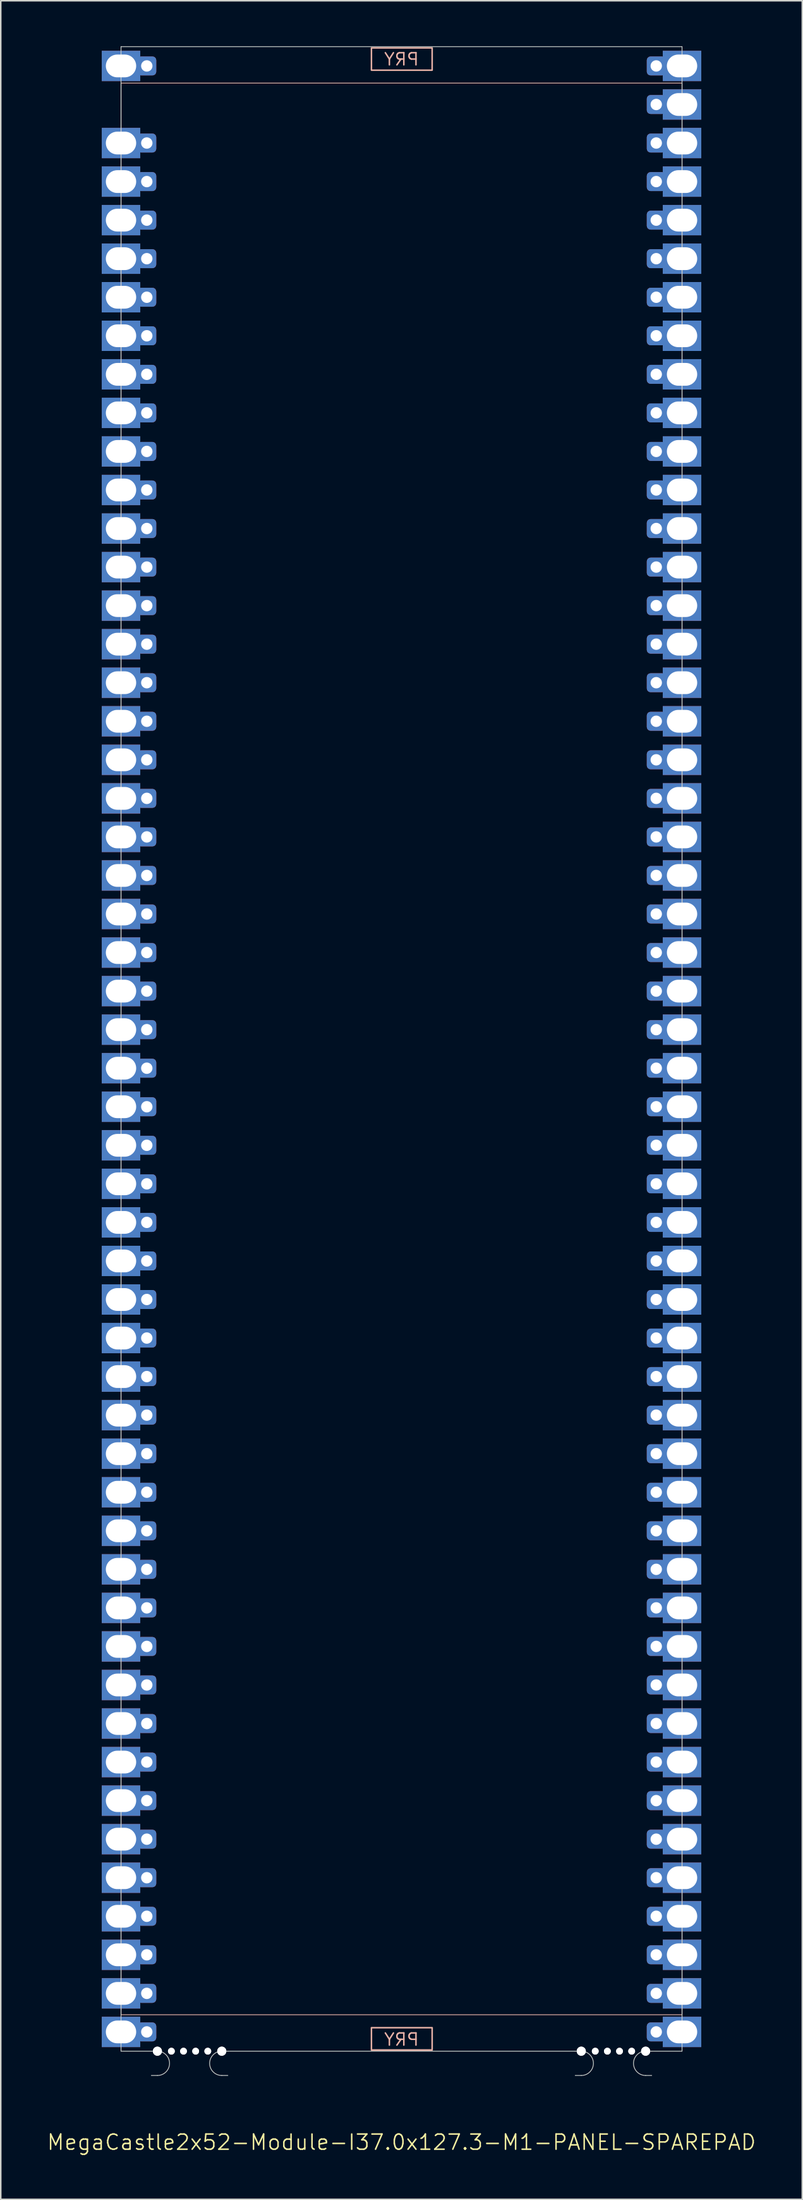
<source format=kicad_pcb>
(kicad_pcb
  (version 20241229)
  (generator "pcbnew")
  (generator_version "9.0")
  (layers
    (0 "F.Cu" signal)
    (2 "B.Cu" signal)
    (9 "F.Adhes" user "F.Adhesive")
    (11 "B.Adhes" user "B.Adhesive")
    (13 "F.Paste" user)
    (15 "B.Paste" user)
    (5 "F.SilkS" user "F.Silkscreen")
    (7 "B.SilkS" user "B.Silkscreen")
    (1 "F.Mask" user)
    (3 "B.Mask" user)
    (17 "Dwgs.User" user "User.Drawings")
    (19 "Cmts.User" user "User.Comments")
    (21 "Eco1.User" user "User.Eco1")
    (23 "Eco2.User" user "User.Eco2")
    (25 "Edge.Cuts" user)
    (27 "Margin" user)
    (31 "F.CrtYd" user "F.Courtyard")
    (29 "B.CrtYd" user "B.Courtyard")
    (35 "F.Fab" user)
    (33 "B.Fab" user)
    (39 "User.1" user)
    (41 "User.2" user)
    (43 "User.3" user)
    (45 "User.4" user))
  (footprint "MegaCastle2x52-Module-I37.0x127.3-M1-PANEL-SPAREPAD"
    (layer "F.Cu")
    (at 23.431 66.065)
    (property "Reference" "MegaCastle2x52-Module-I37.0x127.3-M1-PANEL-SPAREPAD" (at 0 72.04 0) (unlocked yes) (layer "F.SilkS") (effects (font (size 1 1) (thickness 0.1))))
    (attr smd)
    (fp_rect (start -18.5 63.64) (end 18.5 -63.64) (stroke (width 0.05) (type default)) (fill no) (layer "B.SilkS"))
    (fp_rect (start -1.984 -64.491) (end 2.02 -65.96) (stroke (width 0.1) (type default)) (fill no) (layer "B.SilkS"))
    (fp_rect (start -1.984 64.491) (end 2.02 65.96) (stroke (width 0.1) (type default)) (fill no) (layer "B.SilkS"))
    (fp_line (start -18.5 -66.04) (end -18.5 66.04) (stroke (width 0.05) (type default)) (layer "Edge.Cuts"))
    (fp_line (start -18.5 -66.04) (end 18.5 -66.04) (stroke (width 0.05) (type default)) (layer "Edge.Cuts"))
    (fp_line (start -18.5 66.04) (end -16.5 66.04) (stroke (width 0.05) (type default)) (layer "Edge.Cuts"))
    (fp_line (start -16.5 66.04) (end -16.1 66.04) (stroke (width 0.05) (type default)) (layer "Edge.Cuts"))
    (fp_line (start -16.5 67.64) (end -16.1 67.64) (stroke (width 0.05) (type default)) (layer "Edge.Cuts"))
    (fp_line (start -11.455 66.04) (end -11.855 66.04) (stroke (width 0.05) (type default)) (layer "Edge.Cuts"))
    (fp_line (start -11.455 66.04) (end 11.455 66.04) (stroke (width 0.05) (type default)) (layer "Edge.Cuts"))
    (fp_line (start -11.455 67.64) (end -11.855 67.64) (stroke (width 0.05) (type default)) (layer "Edge.Cuts"))
    (fp_line (start 11.455 66.04) (end 11.855 66.04) (stroke (width 0.05) (type default)) (layer "Edge.Cuts"))
    (fp_line (start 11.455 67.64) (end 11.855 67.64) (stroke (width 0.05) (type default)) (layer "Edge.Cuts"))
    (fp_line (start 16.5 66.04) (end 16.1 66.04) (stroke (width 0.05) (type default)) (layer "Edge.Cuts"))
    (fp_line (start 16.5 66.04) (end 18.5 66.04) (stroke (width 0.05) (type default)) (layer "Edge.Cuts"))
    (fp_line (start 16.5 67.64) (end 16.1 67.64) (stroke (width 0.05) (type default)) (layer "Edge.Cuts"))
    (fp_line (start 18.5 -66.04) (end 18.5 66.04) (stroke (width 0.05) (type default)) (layer "Edge.Cuts"))
    (fp_arc (start -16.1 66.040001) (mid -15.3 66.839996) (end -16.1 67.639999) (stroke (width 0.05) (type default)) (layer "Edge.Cuts"))
    (fp_arc (start -11.855 67.639999) (mid -12.655 66.84) (end -11.855 66.040001) (stroke (width 0.05) (type default)) (layer "Edge.Cuts"))
    (fp_arc (start 11.855 66.040001) (mid 12.655 66.839996) (end 11.855 67.639999) (stroke (width 0.05) (type default)) (layer "Edge.Cuts"))
    (fp_arc (start 16.1 67.639999) (mid 15.300001 66.84) (end 16.1 66.040001) (stroke (width 0.05) (type default)) (layer "Edge.Cuts"))
    (fp_text user "PRY" (at 0 65.74 0) (unlocked yes) (layer "B.SilkS") (effects (font (size 0.8 0.8) (thickness 0.1)) (justify bottom mirror)))
    (fp_text user "PRY" (at 0 -64.74 0) (unlocked yes) (layer "B.SilkS") (effects (font (size 0.8 0.8) (thickness 0.1)) (justify bottom mirror)))
    (pad "" np_thru_hole circle (at -16.1 66.04) (size 0.6 0.6) (drill 0.6) (layers "*.Cu" "Edge.Cuts"))
    (pad "" np_thru_hole circle (at -15.178 66.04) (size 0.45 0.45) (drill 0.45) (layers "*.Cu" "Edge.Cuts"))
    (pad "" np_thru_hole circle (at -14.378 66.04) (size 0.45 0.45) (drill 0.45) (layers "*.Cu" "Edge.Cuts"))
    (pad "" np_thru_hole circle (at -13.578 66.04) (size 0.45 0.45) (drill 0.45) (layers "*.Cu" "Edge.Cuts"))
    (pad "" np_thru_hole circle (at -12.777 66.04) (size 0.45 0.45) (drill 0.45) (layers "*.Cu" "Edge.Cuts"))
    (pad "" np_thru_hole circle (at -11.855 66.04) (size 0.6 0.6) (drill 0.6) (layers "*.Cu" "Edge.Cuts"))
    (pad "" np_thru_hole circle (at 11.855 66.04) (size 0.6 0.6) (drill 0.6) (layers "*.Cu" "Edge.Cuts"))
    (pad "" np_thru_hole circle (at 12.777 66.04) (size 0.45 0.45) (drill 0.45) (layers "*.Cu" "Edge.Cuts"))
    (pad "" np_thru_hole circle (at 13.577 66.04) (size 0.45 0.45) (drill 0.45) (layers "*.Cu" "Edge.Cuts"))
    (pad "" np_thru_hole circle (at 14.377 66.04) (size 0.45 0.45) (drill 0.45) (layers "*.Cu" "Edge.Cuts"))
    (pad "" np_thru_hole circle (at 15.178 66.04) (size 0.45 0.45) (drill 0.45) (layers "*.Cu" "Edge.Cuts"))
    (pad "" np_thru_hole circle (at 16.1 66.04) (size 0.6 0.6) (drill 0.6) (layers "*.Cu" "Edge.Cuts"))
    (pad "1" thru_hole rect (at -18.5 -64.77) (size 2.54 2) (drill oval 2 1.5) (property pad_prop_castellated) (layers "*.Cu" "*.Mask"))
    (pad "1" thru_hole roundrect (at -16.8 -64.77 180) (size 1.25 1.25) (drill 0.75) (layers "*.Cu" "*.Mask") (roundrect_rratio 0.2))
    (pad "3" thru_hole rect (at -18.5 -59.69) (size 2.54 2) (drill oval 2 1.5) (property pad_prop_castellated) (layers "*.Cu" "*.Mask"))
    (pad "3" thru_hole roundrect (at -16.8 -59.69 180) (size 1.25 1.25) (drill 0.75) (layers "*.Cu" "*.Mask") (roundrect_rratio 0.2))
    (pad "4" thru_hole rect (at -18.5 -57.15) (size 2.54 2) (drill oval 2 1.5) (property pad_prop_castellated) (layers "*.Cu" "*.Mask"))
    (pad "4" thru_hole roundrect (at -16.8 -57.15 180) (size 1.25 1.25) (drill 0.75) (layers "*.Cu" "*.Mask") (roundrect_rratio 0.2))
    (pad "5" thru_hole rect (at -18.5 -54.61) (size 2.54 2) (drill oval 2 1.5) (property pad_prop_castellated) (layers "*.Cu" "*.Mask"))
    (pad "5" thru_hole roundrect (at -16.8 -54.61 180) (size 1.25 1.25) (drill 0.75) (layers "*.Cu" "*.Mask") (roundrect_rratio 0.2))
    (pad "6" thru_hole rect (at -18.5 -52.07) (size 2.54 2) (drill oval 2 1.5) (property pad_prop_castellated) (layers "*.Cu" "*.Mask"))
    (pad "6" thru_hole roundrect (at -16.8 -52.07 180) (size 1.25 1.25) (drill 0.75) (layers "*.Cu" "*.Mask") (roundrect_rratio 0.2))
    (pad "7" thru_hole rect (at -18.5 -49.53) (size 2.54 2) (drill oval 2 1.5) (property pad_prop_castellated) (layers "*.Cu" "*.Mask"))
    (pad "7" thru_hole roundrect (at -16.8 -49.53 180) (size 1.25 1.25) (drill 0.75) (layers "*.Cu" "*.Mask") (roundrect_rratio 0.2))
    (pad "8" thru_hole rect (at -18.5 -46.99) (size 2.54 2) (drill oval 2 1.5) (property pad_prop_castellated) (layers "*.Cu" "*.Mask"))
    (pad "8" thru_hole roundrect (at -16.8 -46.99 180) (size 1.25 1.25) (drill 0.75) (layers "*.Cu" "*.Mask") (roundrect_rratio 0.2))
    (pad "9" thru_hole rect (at -18.5 -44.45) (size 2.54 2) (drill oval 2 1.5) (property pad_prop_castellated) (layers "*.Cu" "*.Mask"))
    (pad "9" thru_hole roundrect (at -16.8 -44.45 180) (size 1.25 1.25) (drill 0.75) (layers "*.Cu" "*.Mask") (roundrect_rratio 0.2))
    (pad "10" thru_hole rect (at -18.5 -41.91) (size 2.54 2) (drill oval 2 1.5) (property pad_prop_castellated) (layers "*.Cu" "*.Mask"))
    (pad "10" thru_hole roundrect (at -16.8 -41.91 180) (size 1.25 1.25) (drill 0.75) (layers "*.Cu" "*.Mask") (roundrect_rratio 0.2))
    (pad "11" thru_hole rect (at -18.5 -39.37) (size 2.54 2) (drill oval 2 1.5) (property pad_prop_castellated) (layers "*.Cu" "*.Mask"))
    (pad "11" thru_hole roundrect (at -16.8 -39.37 180) (size 1.25 1.25) (drill 0.75) (layers "*.Cu" "*.Mask") (roundrect_rratio 0.2))
    (pad "12" thru_hole rect (at -18.5 -36.83) (size 2.54 2) (drill oval 2 1.5) (property pad_prop_castellated) (layers "*.Cu" "*.Mask"))
    (pad "12" thru_hole roundrect (at -16.8 -36.83 180) (size 1.25 1.25) (drill 0.75) (layers "*.Cu" "*.Mask") (roundrect_rratio 0.2))
    (pad "13" thru_hole rect (at -18.5 -34.29) (size 2.54 2) (drill oval 2 1.5) (property pad_prop_castellated) (layers "*.Cu" "*.Mask"))
    (pad "13" thru_hole roundrect (at -16.8 -34.29 180) (size 1.25 1.25) (drill 0.75) (layers "*.Cu" "*.Mask") (roundrect_rratio 0.2))
    (pad "14" thru_hole rect (at -18.5 -31.75) (size 2.54 2) (drill oval 2 1.5) (property pad_prop_castellated) (layers "*.Cu" "*.Mask"))
    (pad "14" thru_hole roundrect (at -16.8 -31.75 180) (size 1.25 1.25) (drill 0.75) (layers "*.Cu" "*.Mask") (roundrect_rratio 0.2))
    (pad "15" thru_hole rect (at -18.5 -29.21) (size 2.54 2) (drill oval 2 1.5) (property pad_prop_castellated) (layers "*.Cu" "*.Mask"))
    (pad "15" thru_hole roundrect (at -16.8 -29.21 180) (size 1.25 1.25) (drill 0.75) (layers "*.Cu" "*.Mask") (roundrect_rratio 0.2))
    (pad "16" thru_hole rect (at -18.5 -26.67) (size 2.54 2) (drill oval 2 1.5) (property pad_prop_castellated) (layers "*.Cu" "*.Mask"))
    (pad "16" thru_hole roundrect (at -16.8 -26.67 180) (size 1.25 1.25) (drill 0.75) (layers "*.Cu" "*.Mask") (roundrect_rratio 0.2))
    (pad "17" thru_hole rect (at -18.5 -24.13) (size 2.54 2) (drill oval 2 1.5) (property pad_prop_castellated) (layers "*.Cu" "*.Mask"))
    (pad "17" thru_hole roundrect (at -16.8 -24.13 180) (size 1.25 1.25) (drill 0.75) (layers "*.Cu" "*.Mask") (roundrect_rratio 0.2))
    (pad "18" thru_hole rect (at -18.5 -21.59) (size 2.54 2) (drill oval 2 1.5) (property pad_prop_castellated) (layers "*.Cu" "*.Mask"))
    (pad "18" thru_hole roundrect (at -16.8 -21.59 180) (size 1.25 1.25) (drill 0.75) (layers "*.Cu" "*.Mask") (roundrect_rratio 0.2))
    (pad "19" thru_hole rect (at -18.5 -19.05) (size 2.54 2) (drill oval 2 1.5) (property pad_prop_castellated) (layers "*.Cu" "*.Mask"))
    (pad "19" thru_hole roundrect (at -16.8 -19.05 180) (size 1.25 1.25) (drill 0.75) (layers "*.Cu" "*.Mask") (roundrect_rratio 0.2))
    (pad "20" thru_hole rect (at -18.5 -16.51) (size 2.54 2) (drill oval 2 1.5) (property pad_prop_castellated) (layers "*.Cu" "*.Mask"))
    (pad "20" thru_hole roundrect (at -16.8 -16.51 180) (size 1.25 1.25) (drill 0.75) (layers "*.Cu" "*.Mask") (roundrect_rratio 0.2))
    (pad "21" thru_hole rect (at -18.5 -13.97) (size 2.54 2) (drill oval 2 1.5) (property pad_prop_castellated) (layers "*.Cu" "*.Mask"))
    (pad "21" thru_hole roundrect (at -16.8 -13.97 180) (size 1.25 1.25) (drill 0.75) (layers "*.Cu" "*.Mask") (roundrect_rratio 0.2))
    (pad "22" thru_hole rect (at -18.5 -11.43) (size 2.54 2) (drill oval 2 1.5) (property pad_prop_castellated) (layers "*.Cu" "*.Mask"))
    (pad "22" thru_hole roundrect (at -16.8 -11.43 180) (size 1.25 1.25) (drill 0.75) (layers "*.Cu" "*.Mask") (roundrect_rratio 0.2))
    (pad "23" thru_hole rect (at -18.5 -8.89) (size 2.54 2) (drill oval 2 1.5) (property pad_prop_castellated) (layers "*.Cu" "*.Mask"))
    (pad "23" thru_hole roundrect (at -16.8 -8.89 180) (size 1.25 1.25) (drill 0.75) (layers "*.Cu" "*.Mask") (roundrect_rratio 0.2))
    (pad "24" thru_hole rect (at -18.5 -6.35) (size 2.54 2) (drill oval 2 1.5) (property pad_prop_castellated) (layers "*.Cu" "*.Mask"))
    (pad "24" thru_hole roundrect (at -16.8 -6.35 180) (size 1.25 1.25) (drill 0.75) (layers "*.Cu" "*.Mask") (roundrect_rratio 0.2))
    (pad "25" thru_hole rect (at -18.5 -3.81) (size 2.54 2) (drill oval 2 1.5) (property pad_prop_castellated) (layers "*.Cu" "*.Mask"))
    (pad "25" thru_hole roundrect (at -16.8 -3.81 180) (size 1.25 1.25) (drill 0.75) (layers "*.Cu" "*.Mask") (roundrect_rratio 0.2))
    (pad "26" thru_hole rect (at -18.5 -1.27) (size 2.54 2) (drill oval 2 1.5) (property pad_prop_castellated) (layers "*.Cu" "*.Mask"))
    (pad "26" thru_hole roundrect (at -16.8 -1.27 180) (size 1.25 1.25) (drill 0.75) (layers "*.Cu" "*.Mask") (roundrect_rratio 0.2))
    (pad "27" thru_hole rect (at -18.5 1.27) (size 2.54 2) (drill oval 2 1.5) (property pad_prop_castellated) (layers "*.Cu" "*.Mask"))
    (pad "27" thru_hole roundrect (at -16.8 1.27 180) (size 1.25 1.25) (drill 0.75) (layers "*.Cu" "*.Mask") (roundrect_rratio 0.2))
    (pad "28" thru_hole rect (at -18.5 3.81) (size 2.54 2) (drill oval 2 1.5) (property pad_prop_castellated) (layers "*.Cu" "*.Mask"))
    (pad "28" thru_hole roundrect (at -16.8 3.81 180) (size 1.25 1.25) (drill 0.75) (layers "*.Cu" "*.Mask") (roundrect_rratio 0.2))
    (pad "29" thru_hole rect (at -18.5 6.35) (size 2.54 2) (drill oval 2 1.5) (property pad_prop_castellated) (layers "*.Cu" "*.Mask"))
    (pad "29" thru_hole roundrect (at -16.8 6.35 180) (size 1.25 1.25) (drill 0.75) (layers "*.Cu" "*.Mask") (roundrect_rratio 0.2))
    (pad "30" thru_hole rect (at -18.5 8.89) (size 2.54 2) (drill oval 2 1.5) (property pad_prop_castellated) (layers "*.Cu" "*.Mask"))
    (pad "30" thru_hole roundrect (at -16.8 8.89 180) (size 1.25 1.25) (drill 0.75) (layers "*.Cu" "*.Mask") (roundrect_rratio 0.2))
    (pad "31" thru_hole rect (at -18.5 11.43) (size 2.54 2) (drill oval 2 1.5) (property pad_prop_castellated) (layers "*.Cu" "*.Mask"))
    (pad "31" thru_hole roundrect (at -16.8 11.43 180) (size 1.25 1.25) (drill 0.75) (layers "*.Cu" "*.Mask") (roundrect_rratio 0.2))
    (pad "32" thru_hole rect (at -18.5 13.97) (size 2.54 2) (drill oval 2 1.5) (property pad_prop_castellated) (layers "*.Cu" "*.Mask"))
    (pad "32" thru_hole roundrect (at -16.8 13.97 180) (size 1.25 1.25) (drill 0.75) (layers "*.Cu" "*.Mask") (roundrect_rratio 0.2))
    (pad "33" thru_hole rect (at -18.5 16.51) (size 2.54 2) (drill oval 2 1.5) (property pad_prop_castellated) (layers "*.Cu" "*.Mask"))
    (pad "33" thru_hole roundrect (at -16.8 16.51 180) (size 1.25 1.25) (drill 0.75) (layers "*.Cu" "*.Mask") (roundrect_rratio 0.2))
    (pad "34" thru_hole rect (at -18.5 19.05) (size 2.54 2) (drill oval 2 1.5) (property pad_prop_castellated) (layers "*.Cu" "*.Mask"))
    (pad "34" thru_hole roundrect (at -16.8 19.05 180) (size 1.25 1.25) (drill 0.75) (layers "*.Cu" "*.Mask") (roundrect_rratio 0.2))
    (pad "35" thru_hole rect (at -18.5 21.59) (size 2.54 2) (drill oval 2 1.5) (property pad_prop_castellated) (layers "*.Cu" "*.Mask"))
    (pad "35" thru_hole roundrect (at -16.8 21.59 180) (size 1.25 1.25) (drill 0.75) (layers "*.Cu" "*.Mask") (roundrect_rratio 0.2))
    (pad "36" thru_hole rect (at -18.5 24.13) (size 2.54 2) (drill oval 2 1.5) (property pad_prop_castellated) (layers "*.Cu" "*.Mask"))
    (pad "36" thru_hole roundrect (at -16.8 24.13 180) (size 1.25 1.25) (drill 0.75) (layers "*.Cu" "*.Mask") (roundrect_rratio 0.2))
    (pad "37" thru_hole rect (at -18.5 26.67) (size 2.54 2) (drill oval 2 1.5) (property pad_prop_castellated) (layers "*.Cu" "*.Mask"))
    (pad "37" thru_hole roundrect (at -16.8 26.67 180) (size 1.25 1.25) (drill 0.75) (layers "*.Cu" "*.Mask") (roundrect_rratio 0.2))
    (pad "38" thru_hole rect (at -18.5 29.21) (size 2.54 2) (drill oval 2 1.5) (property pad_prop_castellated) (layers "*.Cu" "*.Mask"))
    (pad "38" thru_hole roundrect (at -16.8 29.21 180) (size 1.25 1.25) (drill 0.75) (layers "*.Cu" "*.Mask") (roundrect_rratio 0.2))
    (pad "39" thru_hole rect (at -18.5 31.75) (size 2.54 2) (drill oval 2 1.5) (property pad_prop_castellated) (layers "*.Cu" "*.Mask"))
    (pad "39" thru_hole roundrect (at -16.8 31.75 180) (size 1.25 1.25) (drill 0.75) (layers "*.Cu" "*.Mask") (roundrect_rratio 0.2))
    (pad "40" thru_hole rect (at -18.5 34.29) (size 2.54 2) (drill oval 2 1.5) (property pad_prop_castellated) (layers "*.Cu" "*.Mask"))
    (pad "40" thru_hole roundrect (at -16.8 34.29 180) (size 1.25 1.25) (drill 0.75) (layers "*.Cu" "*.Mask") (roundrect_rratio 0.2))
    (pad "41" thru_hole rect (at -18.5 36.83) (size 2.54 2) (drill oval 2 1.5) (property pad_prop_castellated) (layers "*.Cu" "*.Mask"))
    (pad "41" thru_hole roundrect (at -16.8 36.83 180) (size 1.25 1.25) (drill 0.75) (layers "*.Cu" "*.Mask") (roundrect_rratio 0.2))
    (pad "42" thru_hole rect (at -18.5 39.37) (size 2.54 2) (drill oval 2 1.5) (property pad_prop_castellated) (layers "*.Cu" "*.Mask"))
    (pad "42" thru_hole roundrect (at -16.8 39.37 180) (size 1.25 1.25) (drill 0.75) (layers "*.Cu" "*.Mask") (roundrect_rratio 0.2))
    (pad "43" thru_hole rect (at -18.5 41.91) (size 2.54 2) (drill oval 2 1.5) (property pad_prop_castellated) (layers "*.Cu" "*.Mask"))
    (pad "43" thru_hole roundrect (at -16.8 41.91 180) (size 1.25 1.25) (drill 0.75) (layers "*.Cu" "*.Mask") (roundrect_rratio 0.2))
    (pad "44" thru_hole rect (at -18.5 44.45) (size 2.54 2) (drill oval 2 1.5) (property pad_prop_castellated) (layers "*.Cu" "*.Mask"))
    (pad "44" thru_hole roundrect (at -16.8 44.45 180) (size 1.25 1.25) (drill 0.75) (layers "*.Cu" "*.Mask") (roundrect_rratio 0.2))
    (pad "45" thru_hole rect (at -18.5 46.99) (size 2.54 2) (drill oval 2 1.5) (property pad_prop_castellated) (layers "*.Cu" "*.Mask"))
    (pad "45" thru_hole roundrect (at -16.8 46.99 180) (size 1.25 1.25) (drill 0.75) (layers "*.Cu" "*.Mask") (roundrect_rratio 0.2))
    (pad "46" thru_hole rect (at -18.5 49.53) (size 2.54 2) (drill oval 2 1.5) (property pad_prop_castellated) (layers "*.Cu" "*.Mask"))
    (pad "46" thru_hole roundrect (at -16.8 49.53 180) (size 1.25 1.25) (drill 0.75) (layers "*.Cu" "*.Mask") (roundrect_rratio 0.2))
    (pad "47" thru_hole rect (at -18.5 52.07) (size 2.54 2) (drill oval 2 1.5) (property pad_prop_castellated) (layers "*.Cu" "*.Mask"))
    (pad "47" thru_hole roundrect (at -16.8 52.07 180) (size 1.25 1.25) (drill 0.75) (layers "*.Cu" "*.Mask") (roundrect_rratio 0.2))
    (pad "48" thru_hole rect (at -18.5 54.61) (size 2.54 2) (drill oval 2 1.5) (property pad_prop_castellated) (layers "*.Cu" "*.Mask"))
    (pad "48" thru_hole roundrect (at -16.8 54.61 180) (size 1.25 1.25) (drill 0.75) (layers "*.Cu" "*.Mask") (roundrect_rratio 0.2))
    (pad "49" thru_hole rect (at -18.5 57.15) (size 2.54 2) (drill oval 2 1.5) (property pad_prop_castellated) (layers "*.Cu" "*.Mask"))
    (pad "49" thru_hole roundrect (at -16.8 57.15 180) (size 1.25 1.25) (drill 0.75) (layers "*.Cu" "*.Mask") (roundrect_rratio 0.2))
    (pad "50" thru_hole rect (at -18.5 59.69) (size 2.54 2) (drill oval 2 1.5) (property pad_prop_castellated) (layers "*.Cu" "*.Mask"))
    (pad "50" thru_hole roundrect (at -16.8 59.69 180) (size 1.25 1.25) (drill 0.75) (layers "*.Cu" "*.Mask") (roundrect_rratio 0.2))
    (pad "51" thru_hole rect (at -18.5 62.23) (size 2.54 2) (drill oval 2 1.5) (property pad_prop_castellated) (layers "*.Cu" "*.Mask"))
    (pad "51" thru_hole roundrect (at -16.8 62.23 180) (size 1.25 1.25) (drill 0.75) (layers "*.Cu" "*.Mask") (roundrect_rratio 0.2))
    (pad "52" thru_hole rect (at -18.5 64.77) (size 2.54 2) (drill oval 2 1.5) (property pad_prop_castellated) (layers "*.Cu" "*.Mask"))
    (pad "52" thru_hole roundrect (at -16.8 64.77 180) (size 1.25 1.25) (drill 0.75) (layers "*.Cu" "*.Mask") (roundrect_rratio 0.2))
    (pad "53" thru_hole roundrect (at 16.8 -64.77 180) (size 1.25 1.25) (drill 0.75) (layers "*.Cu" "*.Mask") (roundrect_rratio 0.2))
    (pad "53" thru_hole rect (at 18.5 -64.77) (size 2.54 2) (drill oval 2 1.5) (property pad_prop_castellated) (layers "*.Cu" "*.Mask"))
    (pad "54" thru_hole roundrect (at 16.8 -62.23 180) (size 1.25 1.25) (drill 0.75) (layers "*.Cu" "*.Mask") (roundrect_rratio 0.2))
    (pad "54" thru_hole rect (at 18.5 -62.23) (size 2.54 2) (drill oval 2 1.5) (property pad_prop_castellated) (layers "*.Cu" "*.Mask"))
    (pad "55" thru_hole roundrect (at 16.8 -59.69 180) (size 1.25 1.25) (drill 0.75) (layers "*.Cu" "*.Mask") (roundrect_rratio 0.2))
    (pad "55" thru_hole rect (at 18.5 -59.69) (size 2.54 2) (drill oval 2 1.5) (property pad_prop_castellated) (layers "*.Cu" "*.Mask"))
    (pad "56" thru_hole roundrect (at 16.8 -57.15 180) (size 1.25 1.25) (drill 0.75) (layers "*.Cu" "*.Mask") (roundrect_rratio 0.2))
    (pad "56" thru_hole rect (at 18.5 -57.15) (size 2.54 2) (drill oval 2 1.5) (property pad_prop_castellated) (layers "*.Cu" "*.Mask"))
    (pad "57" thru_hole roundrect (at 16.8 -54.61 180) (size 1.25 1.25) (drill 0.75) (layers "*.Cu" "*.Mask") (roundrect_rratio 0.2))
    (pad "57" thru_hole rect (at 18.5 -54.61) (size 2.54 2) (drill oval 2 1.5) (property pad_prop_castellated) (layers "*.Cu" "*.Mask"))
    (pad "58" thru_hole roundrect (at 16.8 -52.07 180) (size 1.25 1.25) (drill 0.75) (layers "*.Cu" "*.Mask") (roundrect_rratio 0.2))
    (pad "58" thru_hole rect (at 18.5 -52.07) (size 2.54 2) (drill oval 2 1.5) (property pad_prop_castellated) (layers "*.Cu" "*.Mask"))
    (pad "59" thru_hole roundrect (at 16.8 -49.53 180) (size 1.25 1.25) (drill 0.75) (layers "*.Cu" "*.Mask") (roundrect_rratio 0.2))
    (pad "59" thru_hole rect (at 18.5 -49.53) (size 2.54 2) (drill oval 2 1.5) (property pad_prop_castellated) (layers "*.Cu" "*.Mask"))
    (pad "60" thru_hole roundrect (at 16.8 -46.99 180) (size 1.25 1.25) (drill 0.75) (layers "*.Cu" "*.Mask") (roundrect_rratio 0.2))
    (pad "60" thru_hole rect (at 18.5 -46.99) (size 2.54 2) (drill oval 2 1.5) (property pad_prop_castellated) (layers "*.Cu" "*.Mask"))
    (pad "61" thru_hole roundrect (at 16.8 -44.45 180) (size 1.25 1.25) (drill 0.75) (layers "*.Cu" "*.Mask") (roundrect_rratio 0.2))
    (pad "61" thru_hole rect (at 18.5 -44.45) (size 2.54 2) (drill oval 2 1.5) (property pad_prop_castellated) (layers "*.Cu" "*.Mask"))
    (pad "62" thru_hole roundrect (at 16.8 -41.91 180) (size 1.25 1.25) (drill 0.75) (layers "*.Cu" "*.Mask") (roundrect_rratio 0.2))
    (pad "62" thru_hole rect (at 18.5 -41.91) (size 2.54 2) (drill oval 2 1.5) (property pad_prop_castellated) (layers "*.Cu" "*.Mask"))
    (pad "63" thru_hole roundrect (at 16.8 -39.37 180) (size 1.25 1.25) (drill 0.75) (layers "*.Cu" "*.Mask") (roundrect_rratio 0.2))
    (pad "63" thru_hole rect (at 18.5 -39.37) (size 2.54 2) (drill oval 2 1.5) (property pad_prop_castellated) (layers "*.Cu" "*.Mask"))
    (pad "64" thru_hole roundrect (at 16.8 -36.83 180) (size 1.25 1.25) (drill 0.75) (layers "*.Cu" "*.Mask") (roundrect_rratio 0.2))
    (pad "64" thru_hole rect (at 18.5 -36.83) (size 2.54 2) (drill oval 2 1.5) (property pad_prop_castellated) (layers "*.Cu" "*.Mask"))
    (pad "65" thru_hole roundrect (at 16.8 -34.29 180) (size 1.25 1.25) (drill 0.75) (layers "*.Cu" "*.Mask") (roundrect_rratio 0.2))
    (pad "65" thru_hole rect (at 18.5 -34.29) (size 2.54 2) (drill oval 2 1.5) (property pad_prop_castellated) (layers "*.Cu" "*.Mask"))
    (pad "66" thru_hole roundrect (at 16.8 -31.75 180) (size 1.25 1.25) (drill 0.75) (layers "*.Cu" "*.Mask") (roundrect_rratio 0.2))
    (pad "66" thru_hole rect (at 18.5 -31.75) (size 2.54 2) (drill oval 2 1.5) (property pad_prop_castellated) (layers "*.Cu" "*.Mask"))
    (pad "67" thru_hole roundrect (at 16.8 -29.21 180) (size 1.25 1.25) (drill 0.75) (layers "*.Cu" "*.Mask") (roundrect_rratio 0.2))
    (pad "67" thru_hole rect (at 18.5 -29.21) (size 2.54 2) (drill oval 2 1.5) (property pad_prop_castellated) (layers "*.Cu" "*.Mask"))
    (pad "68" thru_hole roundrect (at 16.8 -26.67 180) (size 1.25 1.25) (drill 0.75) (layers "*.Cu" "*.Mask") (roundrect_rratio 0.2))
    (pad "68" thru_hole rect (at 18.5 -26.67) (size 2.54 2) (drill oval 2 1.5) (property pad_prop_castellated) (layers "*.Cu" "*.Mask"))
    (pad "69" thru_hole roundrect (at 16.8 -24.13 180) (size 1.25 1.25) (drill 0.75) (layers "*.Cu" "*.Mask") (roundrect_rratio 0.2))
    (pad "69" thru_hole rect (at 18.5 -24.13) (size 2.54 2) (drill oval 2 1.5) (property pad_prop_castellated) (layers "*.Cu" "*.Mask"))
    (pad "70" thru_hole roundrect (at 16.8 -21.59 180) (size 1.25 1.25) (drill 0.75) (layers "*.Cu" "*.Mask") (roundrect_rratio 0.2))
    (pad "70" thru_hole rect (at 18.5 -21.59) (size 2.54 2) (drill oval 2 1.5) (property pad_prop_castellated) (layers "*.Cu" "*.Mask"))
    (pad "71" thru_hole roundrect (at 16.8 -19.05 180) (size 1.25 1.25) (drill 0.75) (layers "*.Cu" "*.Mask") (roundrect_rratio 0.2))
    (pad "71" thru_hole rect (at 18.5 -19.05) (size 2.54 2) (drill oval 2 1.5) (property pad_prop_castellated) (layers "*.Cu" "*.Mask"))
    (pad "72" thru_hole roundrect (at 16.8 -16.51 180) (size 1.25 1.25) (drill 0.75) (layers "*.Cu" "*.Mask") (roundrect_rratio 0.2))
    (pad "72" thru_hole rect (at 18.5 -16.51) (size 2.54 2) (drill oval 2 1.5) (property pad_prop_castellated) (layers "*.Cu" "*.Mask"))
    (pad "73" thru_hole roundrect (at 16.8 -13.97 180) (size 1.25 1.25) (drill 0.75) (layers "*.Cu" "*.Mask") (roundrect_rratio 0.2))
    (pad "73" thru_hole rect (at 18.5 -13.97) (size 2.54 2) (drill oval 2 1.5) (property pad_prop_castellated) (layers "*.Cu" "*.Mask"))
    (pad "74" thru_hole roundrect (at 16.8 -11.43 180) (size 1.25 1.25) (drill 0.75) (layers "*.Cu" "*.Mask") (roundrect_rratio 0.2))
    (pad "74" thru_hole rect (at 18.5 -11.43) (size 2.54 2) (drill oval 2 1.5) (property pad_prop_castellated) (layers "*.Cu" "*.Mask"))
    (pad "75" thru_hole roundrect (at 16.8 -8.89 180) (size 1.25 1.25) (drill 0.75) (layers "*.Cu" "*.Mask") (roundrect_rratio 0.2))
    (pad "75" thru_hole rect (at 18.5 -8.89) (size 2.54 2) (drill oval 2 1.5) (property pad_prop_castellated) (layers "*.Cu" "*.Mask"))
    (pad "76" thru_hole roundrect (at 16.8 -6.35 180) (size 1.25 1.25) (drill 0.75) (layers "*.Cu" "*.Mask") (roundrect_rratio 0.2))
    (pad "76" thru_hole rect (at 18.5 -6.35) (size 2.54 2) (drill oval 2 1.5) (property pad_prop_castellated) (layers "*.Cu" "*.Mask"))
    (pad "77" thru_hole roundrect (at 16.8 -3.81 180) (size 1.25 1.25) (drill 0.75) (layers "*.Cu" "*.Mask") (roundrect_rratio 0.2))
    (pad "77" thru_hole rect (at 18.5 -3.81) (size 2.54 2) (drill oval 2 1.5) (property pad_prop_castellated) (layers "*.Cu" "*.Mask"))
    (pad "78" thru_hole roundrect (at 16.8 -1.27 180) (size 1.25 1.25) (drill 0.75) (layers "*.Cu" "*.Mask") (roundrect_rratio 0.2))
    (pad "78" thru_hole rect (at 18.5 -1.27) (size 2.54 2) (drill oval 2 1.5) (property pad_prop_castellated) (layers "*.Cu" "*.Mask"))
    (pad "79" thru_hole roundrect (at 16.8 1.27 180) (size 1.25 1.25) (drill 0.75) (layers "*.Cu" "*.Mask") (roundrect_rratio 0.2))
    (pad "79" thru_hole rect (at 18.5 1.27) (size 2.54 2) (drill oval 2 1.5) (property pad_prop_castellated) (layers "*.Cu" "*.Mask"))
    (pad "80" thru_hole roundrect (at 16.8 3.81 180) (size 1.25 1.25) (drill 0.75) (layers "*.Cu" "*.Mask") (roundrect_rratio 0.2))
    (pad "80" thru_hole rect (at 18.5 3.81) (size 2.54 2) (drill oval 2 1.5) (property pad_prop_castellated) (layers "*.Cu" "*.Mask"))
    (pad "81" thru_hole roundrect (at 16.8 6.35 180) (size 1.25 1.25) (drill 0.75) (layers "*.Cu" "*.Mask") (roundrect_rratio 0.2))
    (pad "81" thru_hole rect (at 18.5 6.35) (size 2.54 2) (drill oval 2 1.5) (property pad_prop_castellated) (layers "*.Cu" "*.Mask"))
    (pad "82" thru_hole roundrect (at 16.8 8.89 180) (size 1.25 1.25) (drill 0.75) (layers "*.Cu" "*.Mask") (roundrect_rratio 0.2))
    (pad "82" thru_hole rect (at 18.5 8.89) (size 2.54 2) (drill oval 2 1.5) (property pad_prop_castellated) (layers "*.Cu" "*.Mask"))
    (pad "83" thru_hole roundrect (at 16.8 11.43 180) (size 1.25 1.25) (drill 0.75) (layers "*.Cu" "*.Mask") (roundrect_rratio 0.2))
    (pad "83" thru_hole rect (at 18.5 11.43) (size 2.54 2) (drill oval 2 1.5) (property pad_prop_castellated) (layers "*.Cu" "*.Mask"))
    (pad "84" thru_hole roundrect (at 16.8 13.97 180) (size 1.25 1.25) (drill 0.75) (layers "*.Cu" "*.Mask") (roundrect_rratio 0.2))
    (pad "84" thru_hole rect (at 18.5 13.97) (size 2.54 2) (drill oval 2 1.5) (property pad_prop_castellated) (layers "*.Cu" "*.Mask"))
    (pad "85" thru_hole roundrect (at 16.8 16.51 180) (size 1.25 1.25) (drill 0.75) (layers "*.Cu" "*.Mask") (roundrect_rratio 0.2))
    (pad "85" thru_hole rect (at 18.5 16.51) (size 2.54 2) (drill oval 2 1.5) (property pad_prop_castellated) (layers "*.Cu" "*.Mask"))
    (pad "86" thru_hole roundrect (at 16.8 19.05 180) (size 1.25 1.25) (drill 0.75) (layers "*.Cu" "*.Mask") (roundrect_rratio 0.2))
    (pad "86" thru_hole rect (at 18.5 19.05) (size 2.54 2) (drill oval 2 1.5) (property pad_prop_castellated) (layers "*.Cu" "*.Mask"))
    (pad "87" thru_hole roundrect (at 16.8 21.59 180) (size 1.25 1.25) (drill 0.75) (layers "*.Cu" "*.Mask") (roundrect_rratio 0.2))
    (pad "87" thru_hole rect (at 18.5 21.59) (size 2.54 2) (drill oval 2 1.5) (property pad_prop_castellated) (layers "*.Cu" "*.Mask"))
    (pad "88" thru_hole roundrect (at 16.8 24.13 180) (size 1.25 1.25) (drill 0.75) (layers "*.Cu" "*.Mask") (roundrect_rratio 0.2))
    (pad "88" thru_hole rect (at 18.5 24.13) (size 2.54 2) (drill oval 2 1.5) (property pad_prop_castellated) (layers "*.Cu" "*.Mask"))
    (pad "89" thru_hole roundrect (at 16.8 26.67 180) (size 1.25 1.25) (drill 0.75) (layers "*.Cu" "*.Mask") (roundrect_rratio 0.2))
    (pad "89" thru_hole rect (at 18.5 26.67) (size 2.54 2) (drill oval 2 1.5) (property pad_prop_castellated) (layers "*.Cu" "*.Mask"))
    (pad "90" thru_hole roundrect (at 16.8 29.21 180) (size 1.25 1.25) (drill 0.75) (layers "*.Cu" "*.Mask") (roundrect_rratio 0.2))
    (pad "90" thru_hole rect (at 18.5 29.21) (size 2.54 2) (drill oval 2 1.5) (property pad_prop_castellated) (layers "*.Cu" "*.Mask"))
    (pad "91" thru_hole roundrect (at 16.8 31.75 180) (size 1.25 1.25) (drill 0.75) (layers "*.Cu" "*.Mask") (roundrect_rratio 0.2))
    (pad "91" thru_hole rect (at 18.5 31.75) (size 2.54 2) (drill oval 2 1.5) (property pad_prop_castellated) (layers "*.Cu" "*.Mask"))
    (pad "92" thru_hole roundrect (at 16.8 34.29 180) (size 1.25 1.25) (drill 0.75) (layers "*.Cu" "*.Mask") (roundrect_rratio 0.2))
    (pad "92" thru_hole rect (at 18.5 34.29) (size 2.54 2) (drill oval 2 1.5) (property pad_prop_castellated) (layers "*.Cu" "*.Mask"))
    (pad "93" thru_hole roundrect (at 16.8 36.83 180) (size 1.25 1.25) (drill 0.75) (layers "*.Cu" "*.Mask") (roundrect_rratio 0.2))
    (pad "93" thru_hole rect (at 18.5 36.83) (size 2.54 2) (drill oval 2 1.5) (property pad_prop_castellated) (layers "*.Cu" "*.Mask"))
    (pad "94" thru_hole roundrect (at 16.8 39.37 180) (size 1.25 1.25) (drill 0.75) (layers "*.Cu" "*.Mask") (roundrect_rratio 0.2))
    (pad "94" thru_hole rect (at 18.5 39.37) (size 2.54 2) (drill oval 2 1.5) (property pad_prop_castellated) (layers "*.Cu" "*.Mask"))
    (pad "95" thru_hole roundrect (at 16.8 41.91 180) (size 1.25 1.25) (drill 0.75) (layers "*.Cu" "*.Mask") (roundrect_rratio 0.2))
    (pad "95" thru_hole rect (at 18.5 41.91) (size 2.54 2) (drill oval 2 1.5) (property pad_prop_castellated) (layers "*.Cu" "*.Mask"))
    (pad "96" thru_hole roundrect (at 16.8 44.45 180) (size 1.25 1.25) (drill 0.75) (layers "*.Cu" "*.Mask") (roundrect_rratio 0.2))
    (pad "96" thru_hole rect (at 18.5 44.45) (size 2.54 2) (drill oval 2 1.5) (property pad_prop_castellated) (layers "*.Cu" "*.Mask"))
    (pad "97" thru_hole roundrect (at 16.8 46.99 180) (size 1.25 1.25) (drill 0.75) (layers "*.Cu" "*.Mask") (roundrect_rratio 0.2))
    (pad "97" thru_hole rect (at 18.5 46.99) (size 2.54 2) (drill oval 2 1.5) (property pad_prop_castellated) (layers "*.Cu" "*.Mask"))
    (pad "98" thru_hole roundrect (at 16.8 49.53 180) (size 1.25 1.25) (drill 0.75) (layers "*.Cu" "*.Mask") (roundrect_rratio 0.2))
    (pad "98" thru_hole rect (at 18.5 49.53) (size 2.54 2) (drill oval 2 1.5) (property pad_prop_castellated) (layers "*.Cu" "*.Mask"))
    (pad "99" thru_hole roundrect (at 16.8 52.07 180) (size 1.25 1.25) (drill 0.75) (layers "*.Cu" "*.Mask") (roundrect_rratio 0.2))
    (pad "99" thru_hole rect (at 18.5 52.07) (size 2.54 2) (drill oval 2 1.5) (property pad_prop_castellated) (layers "*.Cu" "*.Mask"))
    (pad "100" thru_hole roundrect (at 16.8 54.61 180) (size 1.25 1.25) (drill 0.75) (layers "*.Cu" "*.Mask") (roundrect_rratio 0.2))
    (pad "100" thru_hole rect (at 18.5 54.61) (size 2.54 2) (drill oval 2 1.5) (property pad_prop_castellated) (layers "*.Cu" "*.Mask"))
    (pad "101" thru_hole roundrect (at 16.8 57.15 180) (size 1.25 1.25) (drill 0.75) (layers "*.Cu" "*.Mask") (roundrect_rratio 0.2))
    (pad "101" thru_hole rect (at 18.5 57.15) (size 2.54 2) (drill oval 2 1.5) (property pad_prop_castellated) (layers "*.Cu" "*.Mask"))
    (pad "102" thru_hole roundrect (at 16.8 59.69 180) (size 1.25 1.25) (drill 0.75) (layers "*.Cu" "*.Mask") (roundrect_rratio 0.2))
    (pad "102" thru_hole rect (at 18.5 59.69) (size 2.54 2) (drill oval 2 1.5) (property pad_prop_castellated) (layers "*.Cu" "*.Mask"))
    (pad "103" thru_hole roundrect (at 16.8 62.23 180) (size 1.25 1.25) (drill 0.75) (layers "*.Cu" "*.Mask") (roundrect_rratio 0.2))
    (pad "103" thru_hole rect (at 18.5 62.23) (size 2.54 2) (drill oval 2 1.5) (property pad_prop_castellated) (layers "*.Cu" "*.Mask"))
    (pad "104" thru_hole roundrect (at 16.8 64.77 180) (size 1.25 1.25) (drill 0.75) (layers "*.Cu" "*.Mask") (roundrect_rratio 0.2))
    (pad "104" thru_hole rect (at 18.5 64.77) (size 2.54 2) (drill oval 2 1.5) (property pad_prop_castellated) (layers "*.Cu" "*.Mask"))
    (zone (net_name "") (layer "B.Cu") (hatch edge 0.5) (connect_pads) (min_thickness 0.25) (filled_areas_thickness no) (keepout (tracks allowed) (vias allowed) (pads allowed) (copperpour allowed) (footprints not_allowed)) (placement (enabled no)) (fill) (polygon (pts (xy 4.931 132.105) (xy 4.931 0.025))))
    (zone (net_name "") (layer "B.Cu") (hatch edge 0.5) (connect_pads) (min_thickness 0.25) (filled_areas_thickness no) (keepout (tracks allowed) (vias allowed) (pads allowed) (copperpour allowed) (footprints not_allowed)) (placement (enabled no)) (fill) (polygon (pts (xy 41.931 132.105) (xy 41.931 0.025))))
    (zone (net_name "") (layer "B.Cu") (hatch edge 0.5) (connect_pads) (min_thickness 0.25) (filled_areas_thickness no) (keepout (tracks allowed) (vias allowed) (pads allowed) (copperpour allowed) (footprints not_allowed)) (placement (enabled no)) (fill) (polygon (pts (xy 4.931 0.025) (xy 4.931 2.425) (xy 41.931 2.425) (xy 41.931 0.025))))
    (zone (net_name "") (layer "B.Cu") (hatch edge 0.5) (connect_pads) (min_thickness 0.25) (filled_areas_thickness no) (keepout (tracks allowed) (vias allowed) (pads allowed) (copperpour allowed) (footprints not_allowed)) (placement (enabled no)) (fill) (polygon (pts (xy 4.931 132.105) (xy 4.931 129.705) (xy 41.931 129.705) (xy 41.931 132.105))))
    (zone (net_name "") (layer "B.Cu") (name "Upper Pry Zone") (hatch edge 0.5) (connect_pads) (min_thickness 0.25) (filled_areas_thickness no) (keepout (tracks not_allowed) (vias not_allowed) (pads not_allowed) (copperpour allowed) (footprints not_allowed)) (placement (enabled no)) (fill) (polygon (pts (xy 21.447 1.574) (xy 21.447 0.105) (xy 25.45 0.105) (xy 25.45 1.574))))
    (zone (net_name "") (layer "B.Cu") (name "Upper Pry Zone") (hatch edge 0.5) (connect_pads) (min_thickness 0.25) (filled_areas_thickness no) (keepout (tracks not_allowed) (vias not_allowed) (pads not_allowed) (copperpour allowed) (footprints not_allowed)) (placement (enabled no)) (fill) (polygon (pts (xy 21.447 130.556) (xy 21.447 132.025) (xy 25.45 132.025) (xy 25.45 130.556)))))
  (gr_rect
    (start -3 -3)
    (end 49.862 141.866)
    (stroke (width 0.1) (type default))
    (fill no)
    (layer "Edge.Cuts")))
</source>
